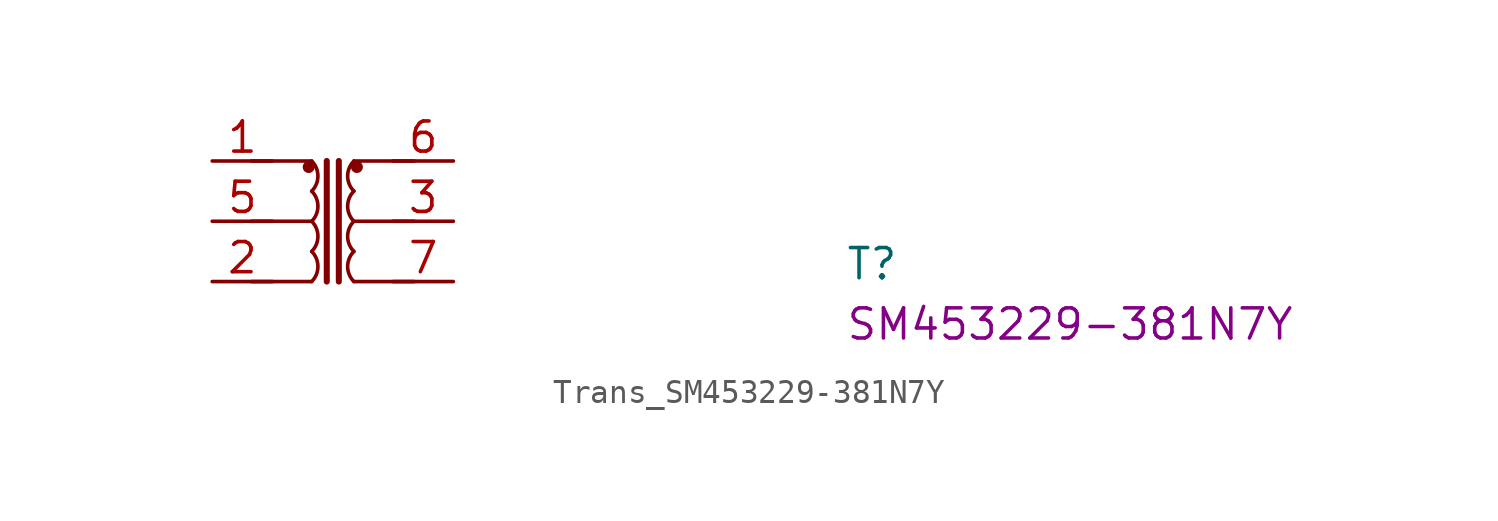
<source format=kicad_sym>
(kicad_symbol_lib
  (version 20220914)
  (generator kicad_symbol_editor)
  (symbol "Trans_SM453229-381N7Y"
    (pin_names hide)
    (property "Reference" "T"
      (at 26.67 -5.08 0)
      (effects (font (size 1.27 1.27) (thickness 0.15)) (justify left bottom)))
    (property "MPN" "SM453229-381N7Y"
      (at 26.67 -7.62 0)
      (effects (font (size 1.27 1.27) (thickness 0.15)) (justify left bottom)))
    (symbol "Trans_SM453229-381N7Y_1_1"
      (polyline (pts (xy 1.651 -5.08) (xy 4.191 -5.08)) (stroke (width 0) (type default)) (fill (type background)))
      (polyline (pts (xy 1.651 -2.54) (xy 4.191 -2.54)) (stroke (width 0) (type default)) (fill (type background)))
      (polyline (pts (xy 1.651 0) (xy 4.191 0)) (stroke (width 0) (type default)) (fill (type background)))
      (polyline (pts (xy 4.826 -5.08) (xy 4.826 0)) (stroke (width 0.254) (type default)) (fill (type background)))
      (polyline (pts (xy 5.334 -5.08) (xy 5.334 0)) (stroke (width 0.254) (type default)) (fill (type background)))
      (polyline (pts (xy 5.969 -2.54) (xy 8.509 -2.54)) (stroke (width 0) (type default)) (fill (type background)))
      (polyline (pts (xy 5.969 0) (xy 8.509 0)) (stroke (width 0) (type default)) (fill (type background)))
      (polyline (pts (xy 8.509 -5.08) (xy 5.969 -5.08)) (stroke (width 0) (type default)) (fill (type background)))
      (circle (center 4.064 -0.254) (radius 0.0001) (stroke (width 0.254) (type default)) (fill (type background)))
      (arc (start 4.191 -5.08) (mid 4.454 -4.445) (end 4.191 -3.81) (stroke (width 0) (type default)) (fill (type none)))
      (arc (start 4.191 -3.81) (mid 4.454 -3.175) (end 4.191 -2.54) (stroke (width 0) (type default)) (fill (type none)))
      (arc (start 4.191 -2.54) (mid 4.454 -1.905) (end 4.191 -1.27) (stroke (width 0) (type default)) (fill (type none)))
      (arc (start 4.191 -1.27) (mid 4.454 -0.635) (end 4.191 0) (stroke (width 0) (type default)) (fill (type none)))
      (arc (start 5.969 -3.81) (mid 5.706 -4.445) (end 5.969 -5.08) (stroke (width 0) (type default)) (fill (type none)))
      (arc (start 5.969 -2.54) (mid 5.706 -3.175) (end 5.969 -3.81) (stroke (width 0) (type default)) (fill (type none)))
      (arc (start 5.969 -1.27) (mid 5.706 -1.905) (end 5.969 -2.54) (stroke (width 0) (type default)) (fill (type none)))
      (arc (start 5.969 0) (mid 5.706 -0.635) (end 5.969 -1.27) (stroke (width 0) (type default)) (fill (type none)))
      (circle (center 6.096 -0.254) (radius 0.0001) (stroke (width 0.254) (type default)) (fill (type background)))
      (pin passive line (at 0 0 0) (length 2.54) (name "1" (effects (font (size 1.27 1.27)))) (number "1" (effects (font (size 1.27 1.27)))))
      (pin passive line (at 0 -5.08 0) (length 2.54) (name "2" (effects (font (size 1.27 1.27)))) (number "2" (effects (font (size 1.27 1.27)))))
      (pin passive line (at 10.16 -2.54 180) (length 2.54) (name "3" (effects (font (size 1.27 1.27)))) (number "3" (effects (font (size 1.27 1.27)))))
      (pin passive line (at 0 -2.54 0) (length 2.54) (name "5" (effects (font (size 1.27 1.27)))) (number "5" (effects (font (size 1.27 1.27)))))
      (pin passive line (at 10.16 0 180) (length 2.54) (name "6" (effects (font (size 1.27 1.27)))) (number "6" (effects (font (size 1.27 1.27)))))
      (pin passive line (at 10.16 -5.08 180) (length 2.54) (name "7" (effects (font (size 1.27 1.27)))) (number "7" (effects (font (size 1.27 1.27))))))))
</source>
